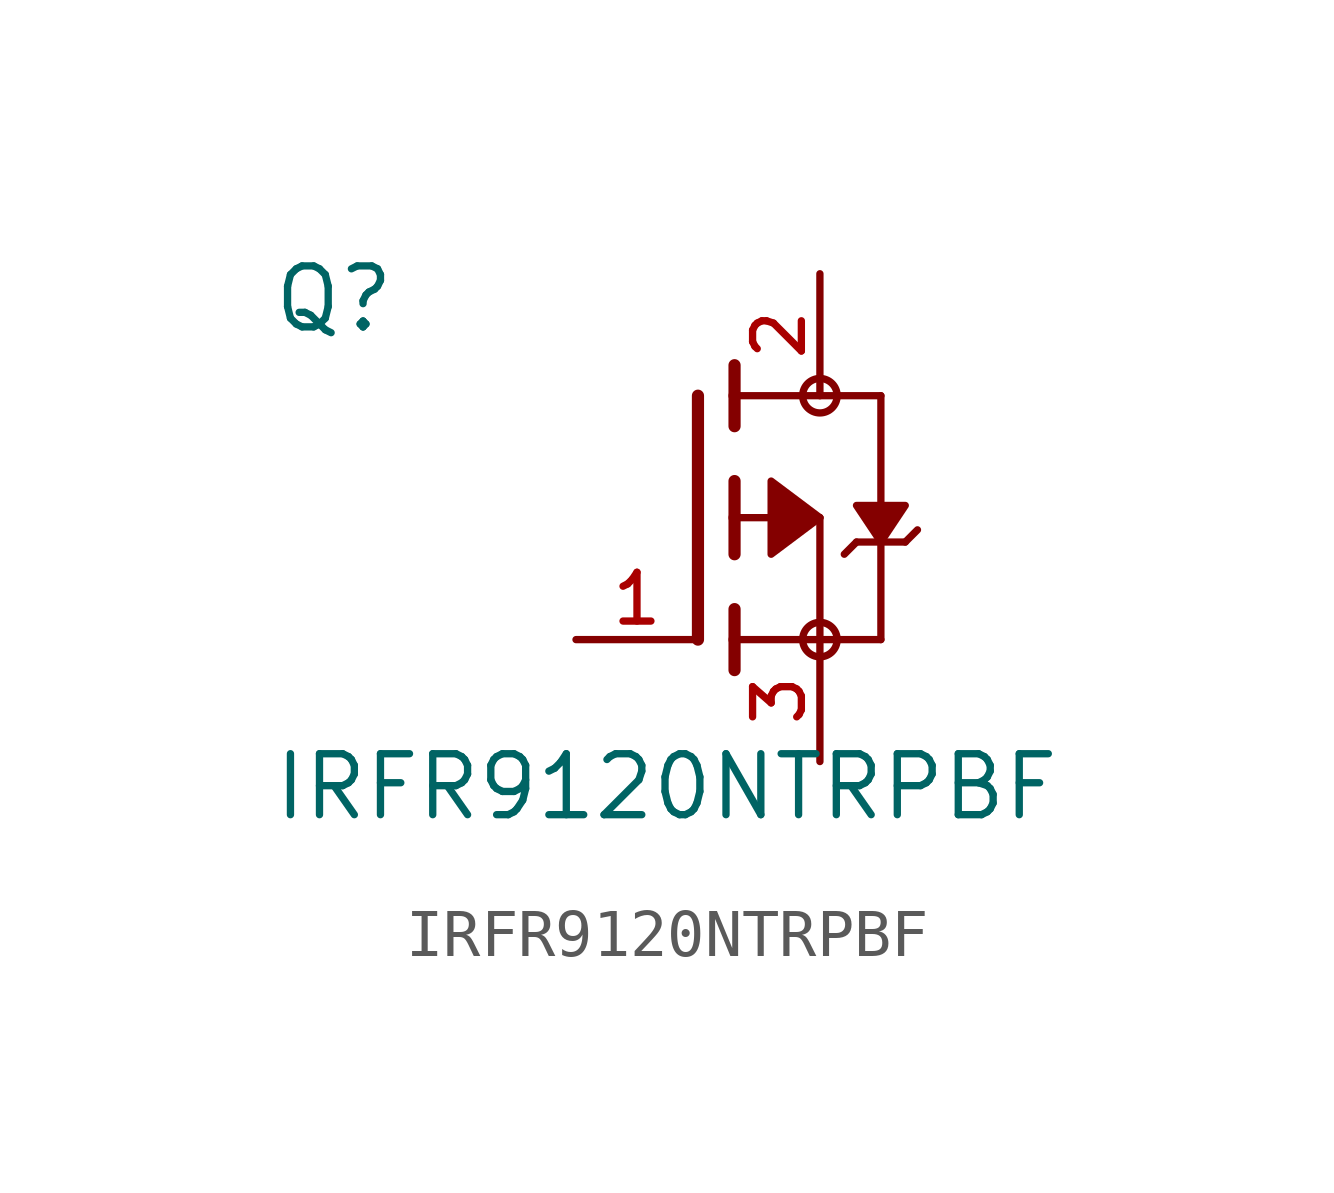
<source format=kicad_sym>
(kicad_symbol_lib
  (version 20211014)
  (generator kicad_symbol_editor)
  (symbol "IRFR9120NTRPBF"
    (pin_names
      (offset 1.016))
    (property "Reference" "Q"
      (at -8.89 3.81 0)
      (effects (font (size 1.27 1.27)) (justify bottom left)))
    (property "Value" "IRFR9120NTRPBF"
      (at -8.89 -6.35 0)
      (effects (font (size 1.27 1.27)) (justify bottom left)))
    (symbol "IRFR9120NTRPBF_0_0"
      (polyline (pts (xy 0.762 0.762) (xy 0.762 0.0)) (stroke (width 0.254)))
      (polyline (pts (xy 0.762 0.0) (xy 0.762 -0.762)) (stroke (width 0.254)))
      (polyline (pts (xy 0.762 3.175) (xy 0.762 2.54)) (stroke (width 0.254)))
      (polyline (pts (xy 0.762 2.54) (xy 0.762 1.905)) (stroke (width 0.254)))
      (polyline (pts (xy 0.762 0.0) (xy 2.54 0.0)) (stroke (width 0.152)))
      (polyline (pts (xy 2.54 0.0) (xy 2.54 -2.54)) (stroke (width 0.152)))
      (polyline (pts (xy 0.762 -1.905) (xy 0.762 -2.54)) (stroke (width 0.254)))
      (polyline (pts (xy 0.762 -2.54) (xy 0.762 -3.175)) (stroke (width 0.254)))
      (polyline (pts (xy 0.0 2.54) (xy 0.0 -2.54)) (stroke (width 0.254)))
      (polyline (pts (xy 2.54 -2.54) (xy 0.762 -2.54)) (stroke (width 0.152)))
      (polyline (pts (xy 3.81 2.54) (xy 3.81 -0.508)) (stroke (width 0.152)))
      (polyline (pts (xy 3.81 -0.508) (xy 3.81 -2.54)) (stroke (width 0.152)))
      (polyline (pts (xy 2.54 -2.54) (xy 3.81 -2.54)) (stroke (width 0.152)))
      (polyline (pts (xy 0.762 2.54) (xy 3.81 2.54)) (stroke (width 0.152)))
      (polyline (pts (xy 3.048 -0.762) (xy 3.302 -0.508)) (stroke (width 0.152)))
      (polyline (pts (xy 3.302 -0.508) (xy 3.81 -0.508)) (stroke (width 0.152)))
      (polyline (pts (xy 3.81 -0.508) (xy 4.318 -0.508)) (stroke (width 0.152)))
      (polyline (pts (xy 4.318 -0.508) (xy 4.572 -0.254)) (stroke (width 0.152)))
      (circle (center 2.54 -2.54) (radius 0.359) (stroke (width 0.0)) (fill (type none)))
      (circle (center 2.54 2.54) (radius 0.359) (stroke (width 0.0)) (fill (type none)))
      (polyline (pts (xy 3.81 -0.508) (xy 4.318 0.254) (xy 3.302 0.254) (xy 3.81 -0.508)) (stroke (width 0.152)) (fill (type outline)))
      (polyline (pts (xy 2.54 0.0) (xy 1.524 -0.762) (xy 1.524 0.762) (xy 2.54 0.0)) (stroke (width 0.152)) (fill (type outline)))
      (pin passive line (at 2.54 -5.08 90.0) (length 2.54) (name "~" (effects (font (size 1.016 1.016)))) (number "3" (effects (font (size 1.016 1.016)))))
      (pin passive line (at -2.54 -2.54 0) (length 2.54) (name "~" (effects (font (size 1.016 1.016)))) (number "1" (effects (font (size 1.016 1.016)))))
      (pin passive line (at 2.54 5.08 270.0) (length 2.54) (name "~" (effects (font (size 1.016 1.016)))) (number "2" (effects (font (size 1.016 1.016))))))))
</source>
